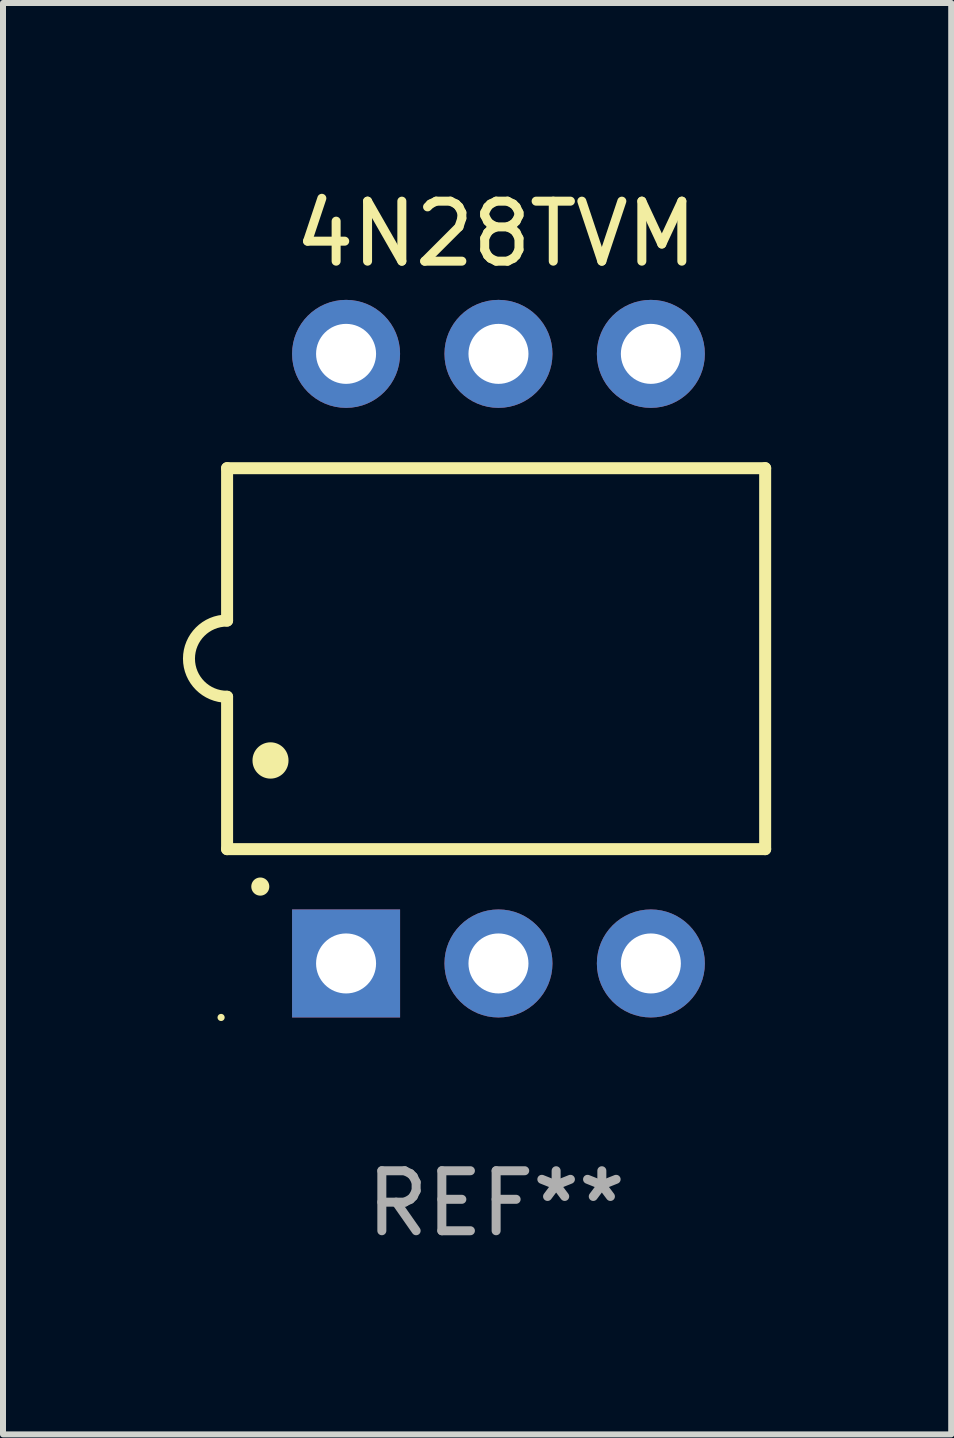
<source format=kicad_pcb>
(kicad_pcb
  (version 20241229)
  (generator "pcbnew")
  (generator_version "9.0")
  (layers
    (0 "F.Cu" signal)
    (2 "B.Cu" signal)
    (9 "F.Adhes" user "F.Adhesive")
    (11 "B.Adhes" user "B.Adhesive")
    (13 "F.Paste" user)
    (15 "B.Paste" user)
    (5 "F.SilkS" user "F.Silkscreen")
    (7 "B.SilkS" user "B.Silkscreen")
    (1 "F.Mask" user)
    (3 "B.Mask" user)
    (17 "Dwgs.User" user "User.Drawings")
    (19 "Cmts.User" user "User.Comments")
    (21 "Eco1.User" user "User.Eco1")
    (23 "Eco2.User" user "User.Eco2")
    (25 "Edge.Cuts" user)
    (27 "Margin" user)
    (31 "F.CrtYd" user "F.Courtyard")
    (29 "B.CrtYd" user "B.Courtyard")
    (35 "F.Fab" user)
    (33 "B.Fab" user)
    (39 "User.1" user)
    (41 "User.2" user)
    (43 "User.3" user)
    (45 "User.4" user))
  (footprint "4N28TVM"
    (layer "F.Cu")
    (at 5.219 7.928)
    (property "Reference" "4N28TVM" (at 0 -7.08 0) (layer "F.SilkS") (effects (font (size 1 1) (thickness 0.15))))
    (attr through_hole)
    (fp_line (start -4.484 -3.175) (end 4.484 -3.175) (stroke (width 0.2) (type solid)) (layer "F.SilkS"))
    (fp_line (start -4.484 -0.635) (end -4.484 -3.175) (stroke (width 0.2) (type solid)) (layer "F.SilkS"))
    (fp_line (start -4.484 0.635) (end -4.484 3.175) (stroke (width 0.2) (type solid)) (layer "F.SilkS"))
    (fp_line (start -4.484 3.175) (end 4.484 3.175) (stroke (width 0.2) (type solid)) (layer "F.SilkS"))
    (fp_line (start 4.484 -3.175) (end 4.484 3.175) (stroke (width 0.2) (type solid)) (layer "F.SilkS"))
    (fp_arc (start -4.484379 0.635001) (mid -5.11938 0) (end -4.484379 -0.635001) (stroke (width 0.2) (type solid)) (layer "F.SilkS"))
    (fp_arc (start -3.930658 3.799848) (mid -3.930663 3.798578) (end -3.930658 3.797308) (stroke (width 0.3) (type solid)) (layer "F.SilkS"))
    (fp_arc (start -3.760478 1.699263) (mid -3.760489 1.696723) (end -3.760478 1.694183) (stroke (width 0.6) (type solid)) (layer "F.SilkS"))
    (fp_circle (center -4.584 5.98) (end -4.554 5.98) (stroke (width 0.06) (type solid)) (fill no) (layer "F.SilkS"))
    (fp_text user "REF**" (at 0 9.08 0) (layer "F.Fab") (effects (font (size 1 1) (thickness 0.15))))
    (pad "1" thru_hole rect (at -2.501 5.08 90) (size 1.8 1.8) (drill 1) (layers "*.Cu" "*.Mask"))
    (pad "2" thru_hole circle (at 0.039 5.08) (size 1.8 1.8) (drill 1) (layers "*.Cu" "*.Mask"))
    (pad "3" thru_hole circle (at 2.579 5.08) (size 1.8 1.8) (drill 1) (layers "*.Cu" "*.Mask"))
    (pad "4" thru_hole circle (at 2.579 -5.08) (size 1.8 1.8) (drill 1) (layers "*.Cu" "*.Mask"))
    (pad "5" thru_hole circle (at 0.039 -5.08) (size 1.8 1.8) (drill 1) (layers "*.Cu" "*.Mask"))
    (pad "6" thru_hole circle (at -2.501 -5.08) (size 1.8 1.8) (drill 1) (layers "*.Cu" "*.Mask")))
  (gr_rect
    (start -3 -3)
    (end 12.804 20.857)
    (stroke (width 0.1) (type default))
    (fill no)
    (layer "Edge.Cuts")))
</source>
